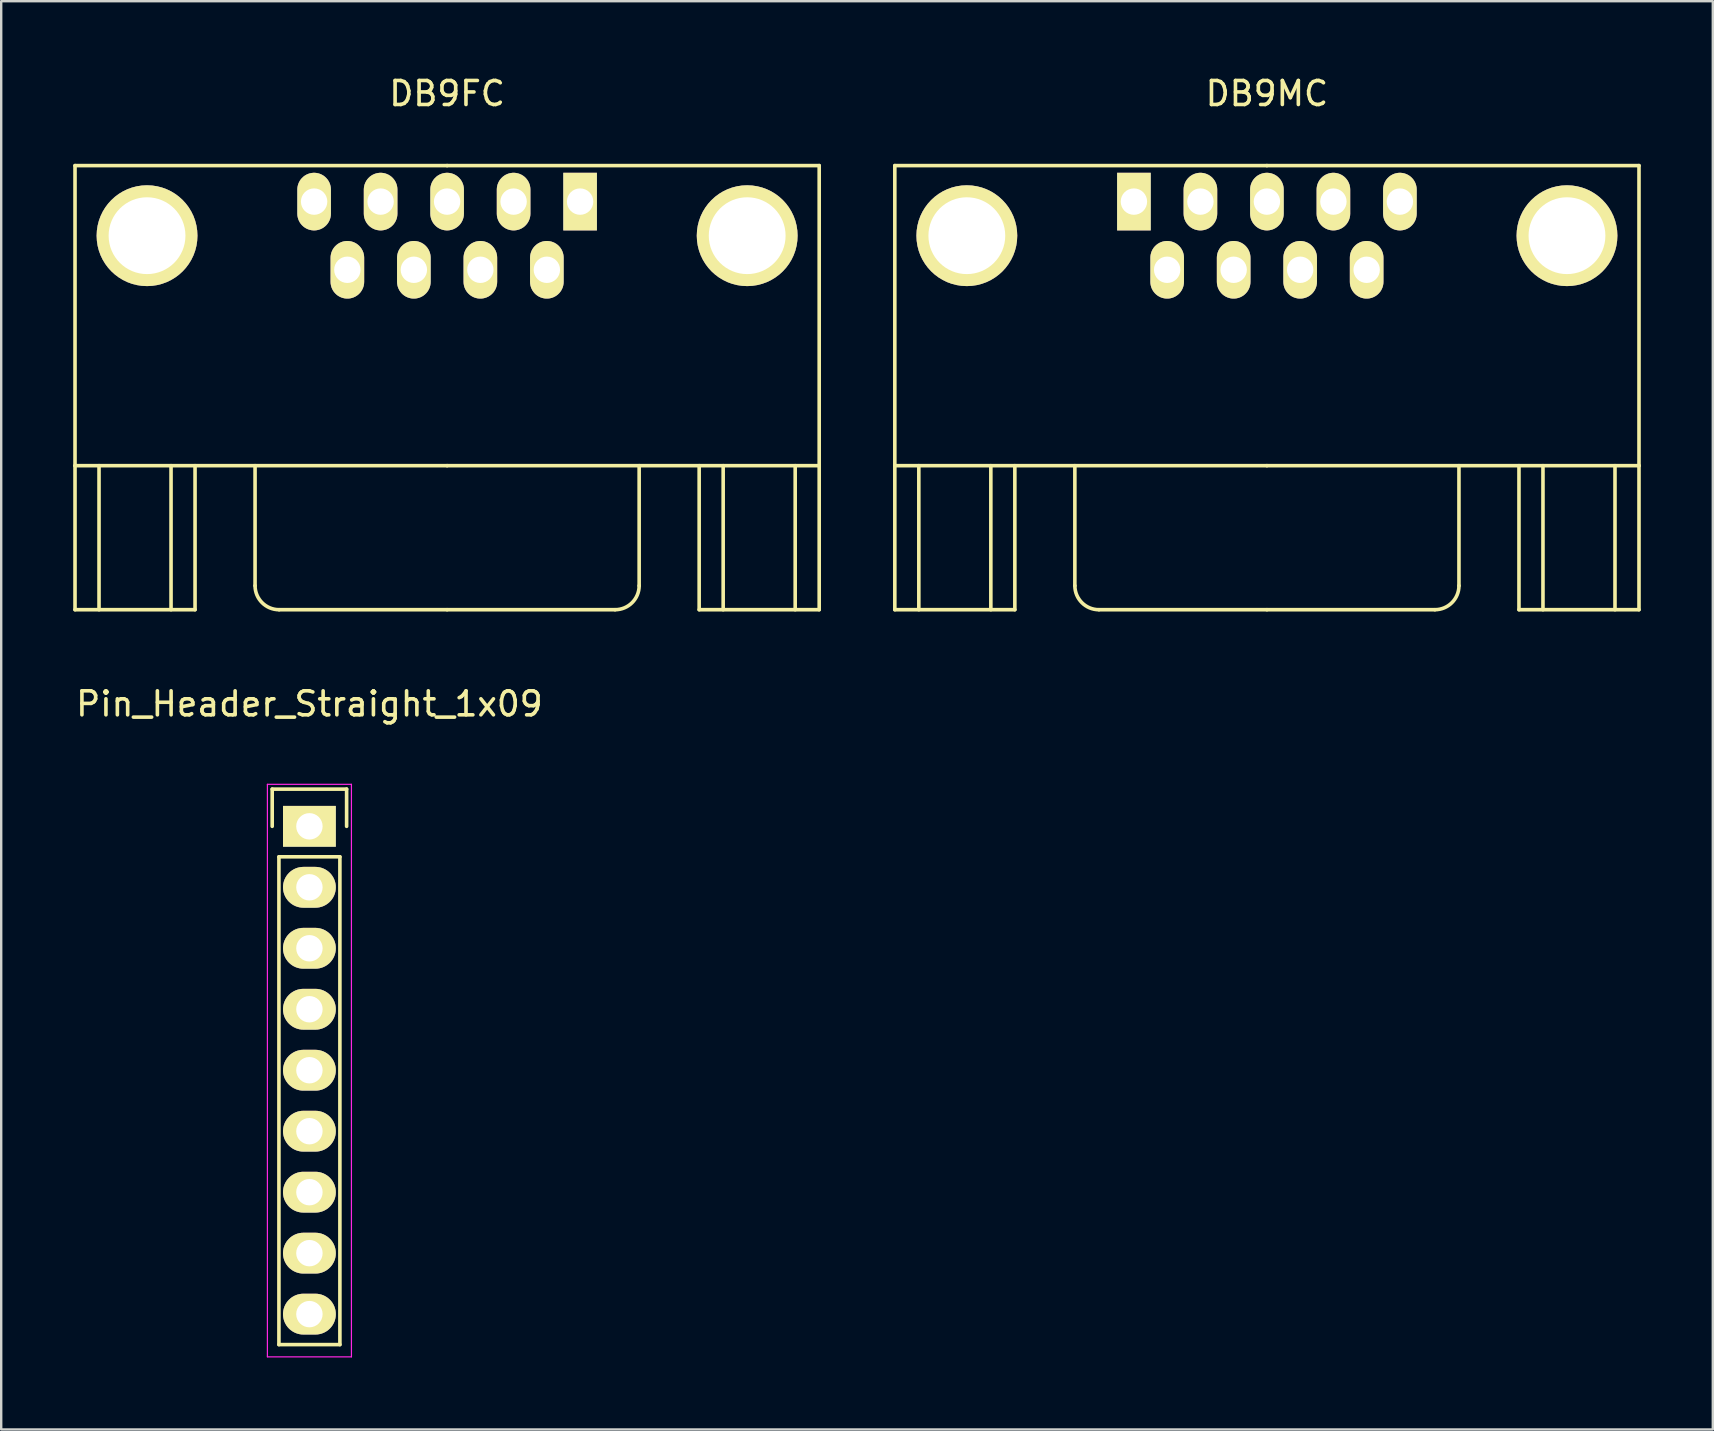
<source format=kicad_pcb>
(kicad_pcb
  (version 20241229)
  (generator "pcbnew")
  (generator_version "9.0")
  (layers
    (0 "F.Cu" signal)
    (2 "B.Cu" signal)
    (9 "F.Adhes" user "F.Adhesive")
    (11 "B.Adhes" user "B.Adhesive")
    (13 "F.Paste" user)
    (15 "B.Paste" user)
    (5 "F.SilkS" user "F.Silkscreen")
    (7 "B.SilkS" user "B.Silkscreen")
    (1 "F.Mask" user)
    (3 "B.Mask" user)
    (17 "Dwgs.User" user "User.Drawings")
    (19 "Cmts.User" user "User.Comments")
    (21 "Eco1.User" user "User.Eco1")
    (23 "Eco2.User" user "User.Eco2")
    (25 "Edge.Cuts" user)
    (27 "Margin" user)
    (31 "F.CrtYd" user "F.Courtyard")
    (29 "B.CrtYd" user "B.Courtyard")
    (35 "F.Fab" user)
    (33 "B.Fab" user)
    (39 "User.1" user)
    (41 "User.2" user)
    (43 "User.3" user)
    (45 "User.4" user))
  (footprint "DB9FC"
    (layer "F.Cu")
    (at 15.575 5.348)
    (property "Reference" "DB9FC" (at 0 -4.5 0) (layer "F.SilkS") (effects (font (size 1 1) (thickness 0.15))))
    (attr through_hole)
    (fp_line (start -15.5 -1.5) (end 0 -1.5) (stroke (width 0.15) (type solid)) (layer "F.SilkS"))
    (fp_line (start -15.5 11) (end -15.5 -1.5) (stroke (width 0.15) (type solid)) (layer "F.SilkS"))
    (fp_line (start -15.5 11) (end -15.5 17) (stroke (width 0.15) (type solid)) (layer "F.SilkS"))
    (fp_line (start -15.5 17) (end -10.5 17) (stroke (width 0.15) (type solid)) (layer "F.SilkS"))
    (fp_line (start -14.5 17) (end -14.5 11) (stroke (width 0.15) (type solid)) (layer "F.SilkS"))
    (fp_line (start -11.5 11) (end -11.5 17) (stroke (width 0.15) (type solid)) (layer "F.SilkS"))
    (fp_line (start -10.5 17) (end -10.5 11) (stroke (width 0.15) (type solid)) (layer "F.SilkS"))
    (fp_line (start -8 16) (end -8 11) (stroke (width 0.15) (type solid)) (layer "F.SilkS"))
    (fp_line (start -7 17) (end 0 17) (stroke (width 0.15) (type solid)) (layer "F.SilkS"))
    (fp_line (start 0 -1.5) (end 15.5 -1.5) (stroke (width 0.15) (type solid)) (layer "F.SilkS"))
    (fp_line (start 0 11) (end -15.5 11) (stroke (width 0.15) (type solid)) (layer "F.SilkS"))
    (fp_line (start 0 11) (end 15.5 11) (stroke (width 0.15) (type solid)) (layer "F.SilkS"))
    (fp_line (start 7 17) (end 0 17) (stroke (width 0.15) (type solid)) (layer "F.SilkS"))
    (fp_line (start 8 16) (end 8 11) (stroke (width 0.15) (type solid)) (layer "F.SilkS"))
    (fp_line (start 10.5 17) (end 10.5 11) (stroke (width 0.15) (type solid)) (layer "F.SilkS"))
    (fp_line (start 11.5 17) (end 11.5 11) (stroke (width 0.15) (type solid)) (layer "F.SilkS"))
    (fp_line (start 14.5 17) (end 14.5 11) (stroke (width 0.15) (type solid)) (layer "F.SilkS"))
    (fp_line (start 15.5 -1.5) (end 15.5 11) (stroke (width 0.15) (type solid)) (layer "F.SilkS"))
    (fp_line (start 15.5 11) (end 15.5 17) (stroke (width 0.15) (type solid)) (layer "F.SilkS"))
    (fp_line (start 15.5 17) (end 10.5 17) (stroke (width 0.15) (type solid)) (layer "F.SilkS"))
    (fp_arc (start -7 17) (mid -7.707107 16.707107) (end -8 16) (stroke (width 0.15) (type solid)) (layer "F.SilkS"))
    (fp_arc (start 8 16) (mid 7.707107 16.707107) (end 7 17) (stroke (width 0.15) (type solid)) (layer "F.SilkS"))
    (pad "" thru_hole circle (at -12.5 1.42) (size 4.2 4.2) (drill 3.2) (layers "*.Cu" "*.Mask" "F.SilkS"))
    (pad "" thru_hole circle (at 12.5 1.42) (size 4.2 4.2) (drill 3.2) (layers "*.Cu" "*.Mask" "F.SilkS"))
    (pad "1" thru_hole rect (at 5.54 0) (size 1.4 2.4) (drill 1.1) (layers "*.Cu" "*.Mask" "F.SilkS"))
    (pad "2" thru_hole oval (at 2.77 0) (size 1.4 2.4) (drill 1.1) (layers "*.Cu" "*.Mask" "F.SilkS"))
    (pad "3" thru_hole oval (at 0 0) (size 1.4 2.4) (drill 1.1) (layers "*.Cu" "*.Mask" "F.SilkS"))
    (pad "4" thru_hole oval (at -2.77 0) (size 1.4 2.4) (drill 1.1) (layers "*.Cu" "*.Mask" "F.SilkS"))
    (pad "5" thru_hole oval (at -5.54 0) (size 1.4 2.4) (drill 1.1) (layers "*.Cu" "*.Mask" "F.SilkS"))
    (pad "6" thru_hole oval (at 4.155 2.84) (size 1.4 2.4) (drill 1.1) (layers "*.Cu" "*.Mask" "F.SilkS"))
    (pad "7" thru_hole oval (at 1.385 2.84) (size 1.4 2.4) (drill 1.1) (layers "*.Cu" "*.Mask" "F.SilkS"))
    (pad "8" thru_hole oval (at -1.385 2.84) (size 1.4 2.4) (drill 1.1) (layers "*.Cu" "*.Mask" "F.SilkS"))
    (pad "9" thru_hole oval (at -4.155 2.84) (size 1.4 2.4) (drill 1.1) (layers "*.Cu" "*.Mask" "F.SilkS")))
  (footprint "DB9MC"
    (layer "F.Cu")
    (at 49.725 5.348)
    (property "Reference" "DB9MC" (at 0 -4.5 0) (layer "F.SilkS") (effects (font (size 1 1) (thickness 0.15))))
    (attr through_hole)
    (fp_line (start -15.5 -1.5) (end 0 -1.5) (stroke (width 0.15) (type solid)) (layer "F.SilkS"))
    (fp_line (start -15.5 11) (end -15.5 -1.5) (stroke (width 0.15) (type solid)) (layer "F.SilkS"))
    (fp_line (start -15.5 11) (end -15.5 17) (stroke (width 0.15) (type solid)) (layer "F.SilkS"))
    (fp_line (start -15.5 17) (end -10.5 17) (stroke (width 0.15) (type solid)) (layer "F.SilkS"))
    (fp_line (start -14.5 17) (end -14.5 11) (stroke (width 0.15) (type solid)) (layer "F.SilkS"))
    (fp_line (start -11.5 11) (end -11.5 17) (stroke (width 0.15) (type solid)) (layer "F.SilkS"))
    (fp_line (start -10.5 17) (end -10.5 11) (stroke (width 0.15) (type solid)) (layer "F.SilkS"))
    (fp_line (start -8 16) (end -8 11) (stroke (width 0.15) (type solid)) (layer "F.SilkS"))
    (fp_line (start -7 17) (end 0 17) (stroke (width 0.15) (type solid)) (layer "F.SilkS"))
    (fp_line (start 0 -1.5) (end 15.5 -1.5) (stroke (width 0.15) (type solid)) (layer "F.SilkS"))
    (fp_line (start 0 11) (end -15.5 11) (stroke (width 0.15) (type solid)) (layer "F.SilkS"))
    (fp_line (start 0 11) (end 15.5 11) (stroke (width 0.15) (type solid)) (layer "F.SilkS"))
    (fp_line (start 7 17) (end 0 17) (stroke (width 0.15) (type solid)) (layer "F.SilkS"))
    (fp_line (start 8 16) (end 8 11) (stroke (width 0.15) (type solid)) (layer "F.SilkS"))
    (fp_line (start 10.5 17) (end 10.5 11) (stroke (width 0.15) (type solid)) (layer "F.SilkS"))
    (fp_line (start 11.5 17) (end 11.5 11) (stroke (width 0.15) (type solid)) (layer "F.SilkS"))
    (fp_line (start 14.5 17) (end 14.5 11) (stroke (width 0.15) (type solid)) (layer "F.SilkS"))
    (fp_line (start 15.5 -1.5) (end 15.5 11) (stroke (width 0.15) (type solid)) (layer "F.SilkS"))
    (fp_line (start 15.5 11) (end 15.5 17) (stroke (width 0.15) (type solid)) (layer "F.SilkS"))
    (fp_line (start 15.5 17) (end 10.5 17) (stroke (width 0.15) (type solid)) (layer "F.SilkS"))
    (fp_arc (start -7 17) (mid -7.707107 16.707107) (end -8 16) (stroke (width 0.15) (type solid)) (layer "F.SilkS"))
    (fp_arc (start 8 16) (mid 7.707107 16.707107) (end 7 17) (stroke (width 0.15) (type solid)) (layer "F.SilkS"))
    (pad "" thru_hole circle (at -12.5 1.42) (size 4.2 4.2) (drill 3.2) (layers "*.Cu" "*.Mask" "F.SilkS"))
    (pad "" thru_hole circle (at 12.5 1.42) (size 4.2 4.2) (drill 3.2) (layers "*.Cu" "*.Mask" "F.SilkS"))
    (pad "1" thru_hole rect (at -5.54 0) (size 1.4 2.4) (drill 1.1) (layers "*.Cu" "*.Mask" "F.SilkS"))
    (pad "2" thru_hole oval (at -2.77 0) (size 1.4 2.4) (drill 1.1) (layers "*.Cu" "*.Mask" "F.SilkS"))
    (pad "3" thru_hole oval (at 0 0) (size 1.4 2.4) (drill 1.1) (layers "*.Cu" "*.Mask" "F.SilkS"))
    (pad "4" thru_hole oval (at 2.77 0) (size 1.4 2.4) (drill 1.1) (layers "*.Cu" "*.Mask" "F.SilkS"))
    (pad "5" thru_hole oval (at 5.54 0) (size 1.4 2.4) (drill 1.1) (layers "*.Cu" "*.Mask" "F.SilkS"))
    (pad "6" thru_hole oval (at -4.155 2.84) (size 1.4 2.4) (drill 1.1) (layers "*.Cu" "*.Mask" "F.SilkS"))
    (pad "7" thru_hole oval (at -1.385 2.84) (size 1.4 2.4) (drill 1.1) (layers "*.Cu" "*.Mask" "F.SilkS"))
    (pad "8" thru_hole oval (at 1.385 2.84) (size 1.4 2.4) (drill 1.1) (layers "*.Cu" "*.Mask" "F.SilkS"))
    (pad "9" thru_hole oval (at 4.155 2.84) (size 1.4 2.4) (drill 1.1) (layers "*.Cu" "*.Mask" "F.SilkS")))
  (footprint "Pin_Header_Straight_1x09"
    (layer "F.Cu")
    (at 9.839 41.532)
    (property "Reference" "Pin_Header_Straight_1x09" (at 0 -15.26 0) (layer "F.SilkS") (effects (font (size 1 1) (thickness 0.15))))
    (attr through_hole)
    (fp_line (start -1.55 -11.71) (end 1.55 -11.71) (stroke (width 0.15) (type solid)) (layer "F.SilkS"))
    (fp_line (start -1.55 -10.16) (end -1.55 -11.71) (stroke (width 0.15) (type solid)) (layer "F.SilkS"))
    (fp_line (start -1.27 11.43) (end -1.27 -8.89) (stroke (width 0.15) (type solid)) (layer "F.SilkS"))
    (fp_line (start 1.27 -8.89) (end -1.27 -8.89) (stroke (width 0.15) (type solid)) (layer "F.SilkS"))
    (fp_line (start 1.27 -8.89) (end 1.27 11.43) (stroke (width 0.15) (type solid)) (layer "F.SilkS"))
    (fp_line (start 1.27 11.43) (end -1.27 11.43) (stroke (width 0.15) (type solid)) (layer "F.SilkS"))
    (fp_line (start 1.55 -11.71) (end 1.55 -10.16) (stroke (width 0.15) (type solid)) (layer "F.SilkS"))
    (fp_line (start -1.75 -11.91) (end -1.75 11.94) (stroke (width 0.05) (type solid)) (layer "F.CrtYd"))
    (fp_line (start -1.75 -11.91) (end 1.75 -11.91) (stroke (width 0.05) (type solid)) (layer "F.CrtYd"))
    (fp_line (start -1.75 11.94) (end 1.75 11.94) (stroke (width 0.05) (type solid)) (layer "F.CrtYd"))
    (fp_line (start 1.75 -11.91) (end 1.75 11.94) (stroke (width 0.05) (type solid)) (layer "F.CrtYd"))
    (pad "1" thru_hole rect (at 0 -10.16) (size 2.2 1.7) (drill 1.1) (layers "*.Cu" "*.Mask" "F.SilkS"))
    (pad "2" thru_hole oval (at 0 -7.62) (size 2.2 1.7) (drill 1.1) (layers "*.Cu" "*.Mask" "F.SilkS"))
    (pad "3" thru_hole oval (at 0 -5.08) (size 2.2 1.7) (drill 1.1) (layers "*.Cu" "*.Mask" "F.SilkS"))
    (pad "4" thru_hole oval (at 0 -2.54) (size 2.2 1.7) (drill 1.1) (layers "*.Cu" "*.Mask" "F.SilkS"))
    (pad "5" thru_hole oval (at 0 0) (size 2.2 1.7) (drill 1.1) (layers "*.Cu" "*.Mask" "F.SilkS"))
    (pad "6" thru_hole oval (at 0 2.54) (size 2.2 1.7) (drill 1.1) (layers "*.Cu" "*.Mask" "F.SilkS"))
    (pad "7" thru_hole oval (at 0 5.08) (size 2.2 1.7) (drill 1.1) (layers "*.Cu" "*.Mask" "F.SilkS"))
    (pad "8" thru_hole oval (at 0 7.62) (size 2.2 1.7) (drill 1.1) (layers "*.Cu" "*.Mask" "F.SilkS"))
    (pad "9" thru_hole oval (at 0 10.16) (size 2.2 1.7) (drill 1.1) (layers "*.Cu" "*.Mask" "F.SilkS")))
  (gr_rect
    (start -3 -3)
    (end 68.3 56.496)
    (stroke (width 0.1) (type default))
    (fill no)
    (layer "Edge.Cuts")))
</source>
